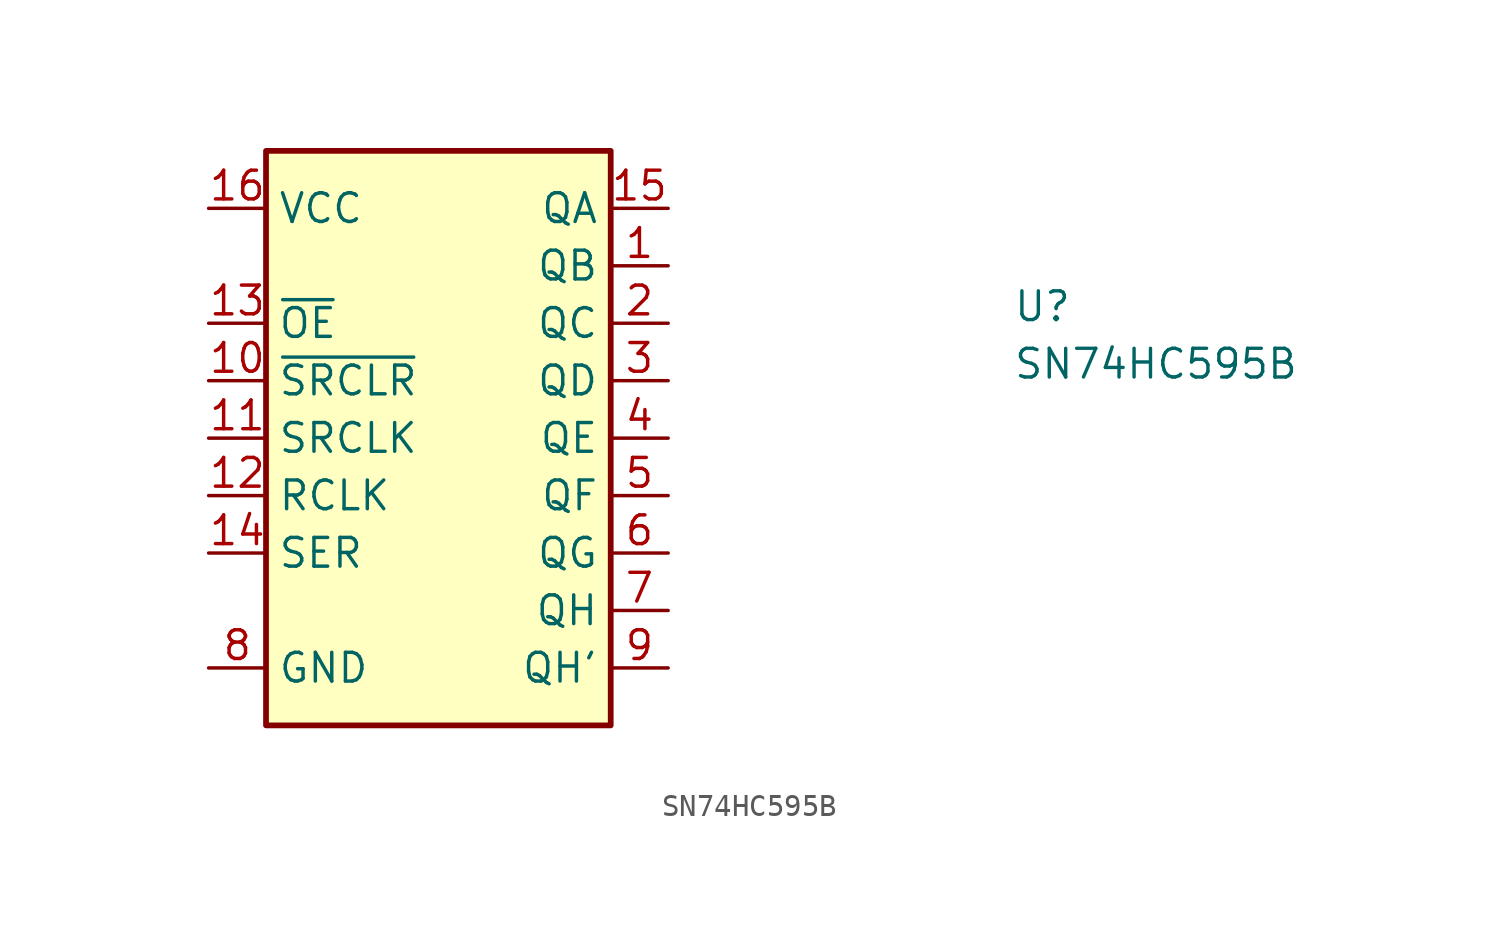
<source format=kicad_sym>
(kicad_symbol_lib
  (version 20211014)
  (generator kicad_symbol_editor)
  (symbol "SN74HC595B"
    (property "Reference" "U"
      (at 35.56 -5.08 0)
      (effects (font (size 1.27 1.27) (thickness 0.15)) (justify left bottom)))
    (property "Value" "SN74HC595B"
      (at 35.56 -7.62 0)
      (effects (font (size 1.27 1.27) (thickness 0.15)) (justify left bottom)))
    (symbol "SN74HC595B_1_1"
      (rectangle (start 2.54 2.54) (end 17.78 -22.86) (stroke (width 0.254) (type default) (color 0 0 0 0)) (fill (type background)))
      (pin output line (at 20.32 -2.54 180) (length 2.54) (name "QB" (effects (font (size 1.27 1.27)))) (number "1" (effects (font (size 1.27 1.27)))))
      (pin input line (at 0 -7.62 0) (length 2.54) (name "~{SRCLR}" (effects (font (size 1.27 1.27)))) (number "10" (effects (font (size 1.27 1.27)))))
      (pin input line (at 0 -10.16 0) (length 2.54) (name "SRCLK" (effects (font (size 1.27 1.27)))) (number "11" (effects (font (size 1.27 1.27)))))
      (pin input line (at 0 -12.7 0) (length 2.54) (name "RCLK" (effects (font (size 1.27 1.27)))) (number "12" (effects (font (size 1.27 1.27)))))
      (pin input line (at 0 -5.08 0) (length 2.54) (name "~{OE}" (effects (font (size 1.27 1.27)))) (number "13" (effects (font (size 1.27 1.27)))))
      (pin input line (at 0 -15.24 0) (length 2.54) (name "SER" (effects (font (size 1.27 1.27)))) (number "14" (effects (font (size 1.27 1.27)))))
      (pin output line (at 20.32 0 180) (length 2.54) (name "QA" (effects (font (size 1.27 1.27)))) (number "15" (effects (font (size 1.27 1.27)))))
      (pin power_in line (at 0 0 0) (length 2.54) (name "VCC" (effects (font (size 1.27 1.27)))) (number "16" (effects (font (size 1.27 1.27)))))
      (pin no_connect line (at 10.16 -22.86 90) (length 2.54) hide (name "EP" (effects (font (size 1.27 1.27)))) (number "17" (effects (font (size 1.27 1.27)))))
      (pin output line (at 20.32 -5.08 180) (length 2.54) (name "QC" (effects (font (size 1.27 1.27)))) (number "2" (effects (font (size 1.27 1.27)))))
      (pin output line (at 20.32 -7.62 180) (length 2.54) (name "QD" (effects (font (size 1.27 1.27)))) (number "3" (effects (font (size 1.27 1.27)))))
      (pin output line (at 20.32 -10.16 180) (length 2.54) (name "QE" (effects (font (size 1.27 1.27)))) (number "4" (effects (font (size 1.27 1.27)))))
      (pin output line (at 20.32 -12.7 180) (length 2.54) (name "QF" (effects (font (size 1.27 1.27)))) (number "5" (effects (font (size 1.27 1.27)))))
      (pin output line (at 20.32 -15.24 180) (length 2.54) (name "QG" (effects (font (size 1.27 1.27)))) (number "6" (effects (font (size 1.27 1.27)))))
      (pin output line (at 20.32 -17.78 180) (length 2.54) (name "QH" (effects (font (size 1.27 1.27)))) (number "7" (effects (font (size 1.27 1.27)))))
      (pin power_in line (at 0 -20.32 0) (length 2.54) (name "GND" (effects (font (size 1.27 1.27)))) (number "8" (effects (font (size 1.27 1.27)))))
      (pin output line (at 20.32 -20.32 180) (length 2.54) (name "QH'" (effects (font (size 1.27 1.27)))) (number "9" (effects (font (size 1.27 1.27))))))))
</source>
